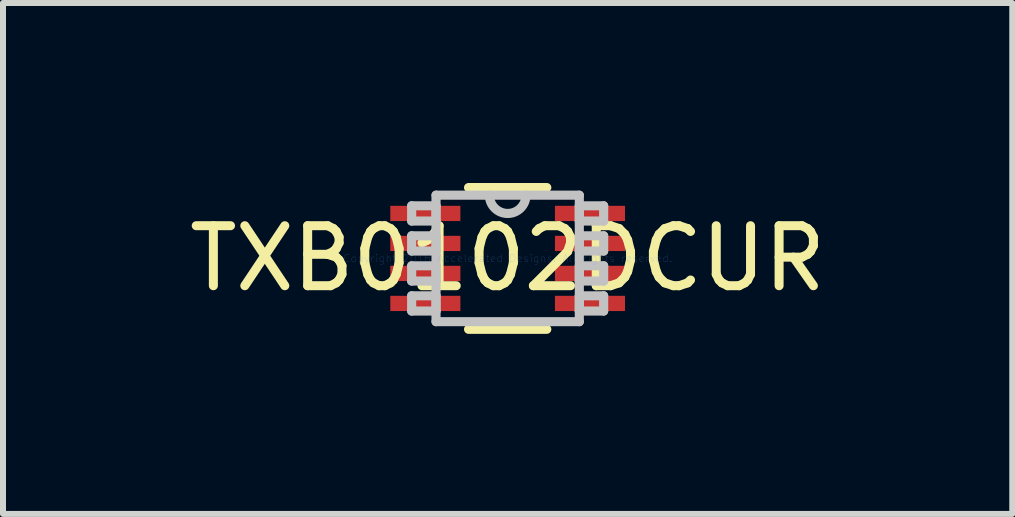
<source format=kicad_pcb>
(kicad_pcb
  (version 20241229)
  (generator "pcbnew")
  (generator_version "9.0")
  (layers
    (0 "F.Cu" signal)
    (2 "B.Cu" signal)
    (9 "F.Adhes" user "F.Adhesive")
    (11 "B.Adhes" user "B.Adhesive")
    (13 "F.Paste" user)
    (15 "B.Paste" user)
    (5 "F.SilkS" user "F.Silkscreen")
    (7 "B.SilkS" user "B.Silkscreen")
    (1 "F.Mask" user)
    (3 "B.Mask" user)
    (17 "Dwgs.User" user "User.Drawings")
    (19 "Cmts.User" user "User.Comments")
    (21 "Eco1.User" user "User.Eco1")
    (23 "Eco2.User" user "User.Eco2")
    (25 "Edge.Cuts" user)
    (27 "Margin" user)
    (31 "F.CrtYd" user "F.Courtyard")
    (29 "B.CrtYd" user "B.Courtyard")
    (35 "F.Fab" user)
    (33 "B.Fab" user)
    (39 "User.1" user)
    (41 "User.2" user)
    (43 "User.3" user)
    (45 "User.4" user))
  (footprint "TXB0102DCUR"
    (layer "F.Cu")
    (at 5.411 1.257)
    (property "Reference" "TXB0102DCUR" (at 0 0 0) (layer "F.SilkS") (effects (font (size 1 1) (thickness 0.15))))
    (attr through_hole)
    (fp_line (start -0.652 1.181) (end 0.652 1.181) (stroke (width 0.152) (type solid)) (layer "F.SilkS"))
    (fp_line (start 0.652 -1.181) (end -0.652 -1.181) (stroke (width 0.152) (type solid)) (layer "F.SilkS"))
    (fp_line (start -1.6 -0.877) (end -1.6 -0.623) (stroke (width 0.152) (type solid)) (layer "Dwgs.User"))
    (fp_line (start -1.6 -0.623) (end -1.194 -0.623) (stroke (width 0.152) (type solid)) (layer "Dwgs.User"))
    (fp_line (start -1.6 -0.377) (end -1.6 -0.123) (stroke (width 0.152) (type solid)) (layer "Dwgs.User"))
    (fp_line (start -1.6 -0.123) (end -1.194 -0.123) (stroke (width 0.152) (type solid)) (layer "Dwgs.User"))
    (fp_line (start -1.6 0.123) (end -1.6 0.377) (stroke (width 0.152) (type solid)) (layer "Dwgs.User"))
    (fp_line (start -1.6 0.377) (end -1.194 0.377) (stroke (width 0.152) (type solid)) (layer "Dwgs.User"))
    (fp_line (start -1.6 0.623) (end -1.6 0.877) (stroke (width 0.152) (type solid)) (layer "Dwgs.User"))
    (fp_line (start -1.6 0.877) (end -1.194 0.877) (stroke (width 0.152) (type solid)) (layer "Dwgs.User"))
    (fp_line (start -1.194 -1.054) (end -1.194 1.054) (stroke (width 0.152) (type solid)) (layer "Dwgs.User"))
    (fp_line (start -1.194 -0.877) (end -1.6 -0.877) (stroke (width 0.152) (type solid)) (layer "Dwgs.User"))
    (fp_line (start -1.194 -0.623) (end -1.194 -0.877) (stroke (width 0.152) (type solid)) (layer "Dwgs.User"))
    (fp_line (start -1.194 -0.377) (end -1.6 -0.377) (stroke (width 0.152) (type solid)) (layer "Dwgs.User"))
    (fp_line (start -1.194 -0.123) (end -1.194 -0.377) (stroke (width 0.152) (type solid)) (layer "Dwgs.User"))
    (fp_line (start -1.194 0.123) (end -1.6 0.123) (stroke (width 0.152) (type solid)) (layer "Dwgs.User"))
    (fp_line (start -1.194 0.377) (end -1.194 0.123) (stroke (width 0.152) (type solid)) (layer "Dwgs.User"))
    (fp_line (start -1.194 0.623) (end -1.6 0.623) (stroke (width 0.152) (type solid)) (layer "Dwgs.User"))
    (fp_line (start -1.194 0.877) (end -1.194 0.623) (stroke (width 0.152) (type solid)) (layer "Dwgs.User"))
    (fp_line (start -1.194 1.054) (end 1.194 1.054) (stroke (width 0.152) (type solid)) (layer "Dwgs.User"))
    (fp_line (start 1.194 -1.054) (end -1.194 -1.054) (stroke (width 0.152) (type solid)) (layer "Dwgs.User"))
    (fp_line (start 1.194 -0.877) (end 1.194 -0.623) (stroke (width 0.152) (type solid)) (layer "Dwgs.User"))
    (fp_line (start 1.194 -0.623) (end 1.6 -0.623) (stroke (width 0.152) (type solid)) (layer "Dwgs.User"))
    (fp_line (start 1.194 -0.377) (end 1.194 -0.123) (stroke (width 0.152) (type solid)) (layer "Dwgs.User"))
    (fp_line (start 1.194 -0.123) (end 1.6 -0.123) (stroke (width 0.152) (type solid)) (layer "Dwgs.User"))
    (fp_line (start 1.194 0.123) (end 1.194 0.377) (stroke (width 0.152) (type solid)) (layer "Dwgs.User"))
    (fp_line (start 1.194 0.377) (end 1.6 0.377) (stroke (width 0.152) (type solid)) (layer "Dwgs.User"))
    (fp_line (start 1.194 0.623) (end 1.194 0.877) (stroke (width 0.152) (type solid)) (layer "Dwgs.User"))
    (fp_line (start 1.194 0.877) (end 1.6 0.877) (stroke (width 0.152) (type solid)) (layer "Dwgs.User"))
    (fp_line (start 1.194 1.054) (end 1.194 -1.054) (stroke (width 0.152) (type solid)) (layer "Dwgs.User"))
    (fp_line (start 1.6 -0.877) (end 1.194 -0.877) (stroke (width 0.152) (type solid)) (layer "Dwgs.User"))
    (fp_line (start 1.6 -0.623) (end 1.6 -0.877) (stroke (width 0.152) (type solid)) (layer "Dwgs.User"))
    (fp_line (start 1.6 -0.377) (end 1.194 -0.377) (stroke (width 0.152) (type solid)) (layer "Dwgs.User"))
    (fp_line (start 1.6 -0.123) (end 1.6 -0.377) (stroke (width 0.152) (type solid)) (layer "Dwgs.User"))
    (fp_line (start 1.6 0.123) (end 1.194 0.123) (stroke (width 0.152) (type solid)) (layer "Dwgs.User"))
    (fp_line (start 1.6 0.377) (end 1.6 0.123) (stroke (width 0.152) (type solid)) (layer "Dwgs.User"))
    (fp_line (start 1.6 0.623) (end 1.194 0.623) (stroke (width 0.152) (type solid)) (layer "Dwgs.User"))
    (fp_line (start 1.6 0.877) (end 1.6 0.623) (stroke (width 0.152) (type solid)) (layer "Dwgs.User"))
    (fp_arc (start 0.3048 -1.0541) (mid 0 -0.7493) (end -0.3048 -1.0541) (stroke (width 0.1524) (type solid)) (layer "Dwgs.User"))
    (fp_text user "Copyright 2016 Accelerated Designs. All rights reserved." (at 0 0 0) (layer "Cmts.User") (effects (font (size 0.127 0.127) (thickness 0.002))))
    (pad "1" smd rect (at -1.372 -0.75) (size 1.168 0.254) (layers "F.Cu" "F.Mask" "F.Paste"))
    (pad "2" smd rect (at -1.372 -0.25) (size 1.168 0.254) (layers "F.Cu" "F.Mask" "F.Paste"))
    (pad "3" smd rect (at -1.372 0.25) (size 1.168 0.254) (layers "F.Cu" "F.Mask" "F.Paste"))
    (pad "4" smd rect (at -1.372 0.75) (size 1.168 0.254) (layers "F.Cu" "F.Mask" "F.Paste"))
    (pad "5" smd rect (at 1.372 0.75) (size 1.168 0.254) (layers "F.Cu" "F.Mask" "F.Paste"))
    (pad "6" smd rect (at 1.372 0.25) (size 1.168 0.254) (layers "F.Cu" "F.Mask" "F.Paste"))
    (pad "7" smd rect (at 1.372 -0.25) (size 1.168 0.254) (layers "F.Cu" "F.Mask" "F.Paste"))
    (pad "8" smd rect (at 1.372 -0.75) (size 1.168 0.254) (layers "F.Cu" "F.Mask" "F.Paste")))
  (gr_rect
    (start -3 -3)
    (end 13.821 5.515)
    (stroke (width 0.1) (type default))
    (fill no)
    (layer "Edge.Cuts")))
</source>
